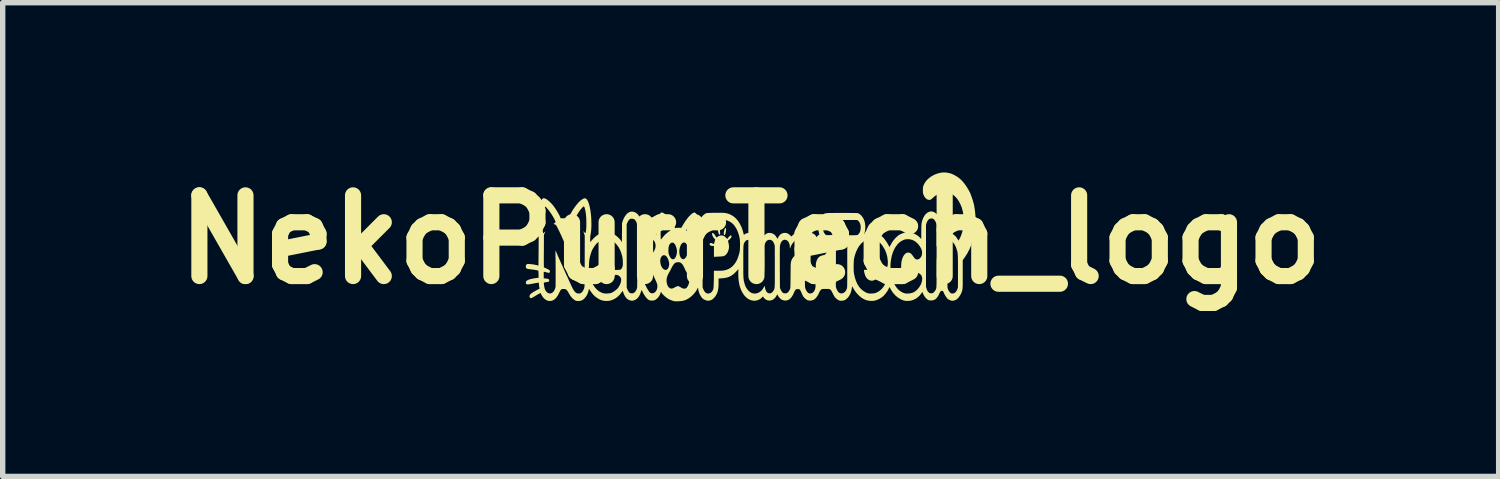
<source format=kicad_pcb>
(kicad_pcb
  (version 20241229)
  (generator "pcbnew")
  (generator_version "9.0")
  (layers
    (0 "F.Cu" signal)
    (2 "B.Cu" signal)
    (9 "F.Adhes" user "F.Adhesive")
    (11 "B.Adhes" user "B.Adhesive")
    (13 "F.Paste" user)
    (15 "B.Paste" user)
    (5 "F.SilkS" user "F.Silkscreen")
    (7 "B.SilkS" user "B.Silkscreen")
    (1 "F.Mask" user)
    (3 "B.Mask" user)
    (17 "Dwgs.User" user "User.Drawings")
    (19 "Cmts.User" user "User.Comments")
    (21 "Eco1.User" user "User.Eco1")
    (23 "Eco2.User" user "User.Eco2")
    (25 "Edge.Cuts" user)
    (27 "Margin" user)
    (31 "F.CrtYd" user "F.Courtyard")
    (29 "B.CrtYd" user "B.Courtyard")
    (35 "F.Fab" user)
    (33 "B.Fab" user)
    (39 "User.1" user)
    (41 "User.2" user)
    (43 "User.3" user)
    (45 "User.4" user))
  (footprint "NekoPurrTech_logo"
    (layer "F.Cu")
    (at 10.907 1.404)
    (property "Reference" "NekoPurrTech_logo" (at 0 0 0) (layer "F.SilkS") (effects (font (size 1.5 1.5) (thickness 0.3))))
    (attr board_only exclude_from_pos_files exclude_from_bom)
    (fp_poly (pts (xy -0.585 -0.217) (xy -0.578 -0.2) (xy -0.572 -0.175) (xy -0.572 -0.173) (xy -0.568 -0.141) (xy -0.567 -0.116) (xy -0.569 -0.1) (xy -0.575 -0.092) (xy -0.585 -0.093) (xy -0.586 -0.094) (xy -0.592 -0.102) (xy -0.597 -0.118) (xy -0.602 -0.138) (xy -0.607 -0.16) (xy -0.609 -0.182) (xy -0.61 -0.2) (xy -0.609 -0.207) (xy -0.605 -0.219) (xy -0.6 -0.224) (xy -0.592 -0.225)) (stroke (width 0) (type solid)) (fill yes) (layer "F.SilkS"))
    (fp_poly (pts (xy -0.467 -0.212) (xy -0.461 -0.209) (xy -0.458 -0.202) (xy -0.457 -0.19) (xy -0.458 -0.174) (xy -0.46 -0.153) (xy -0.463 -0.136) (xy -0.47 -0.11) (xy -0.477 -0.092) (xy -0.485 -0.082) (xy -0.491 -0.081) (xy -0.497 -0.089) (xy -0.498 -0.09) (xy -0.501 -0.104) (xy -0.5 -0.121) (xy -0.497 -0.144) (xy -0.493 -0.163) (xy -0.487 -0.186) (xy -0.482 -0.201) (xy -0.477 -0.209) (xy -0.472 -0.212)) (stroke (width 0) (type solid)) (fill yes) (layer "F.SilkS"))
    (fp_poly (pts (xy 2.265 0.213) (xy 2.29 0.226) (xy 2.295 0.229) (xy 2.316 0.251) (xy 2.334 0.282) (xy 2.349 0.317) (xy 2.358 0.356) (xy 2.361 0.378) (xy 2.363 0.404) (xy 2.288 0.404) (xy 2.261 0.404) (xy 2.233 0.405) (xy 2.205 0.406) (xy 2.18 0.407) (xy 2.16 0.408) (xy 2.16 0.408) (xy 2.107 0.411) (xy 2.109 0.39) (xy 2.114 0.361) (xy 2.123 0.329) (xy 2.136 0.297) (xy 2.152 0.268) (xy 2.168 0.244) (xy 2.184 0.228) (xy 2.185 0.227) (xy 2.21 0.214) (xy 2.238 0.209)) (stroke (width 0) (type solid)) (fill yes) (layer "F.SilkS"))
    (fp_poly (pts (xy -2.649 0.216) (xy -2.624 0.232) (xy -2.602 0.256) (xy -2.598 0.262) (xy -2.586 0.286) (xy -2.575 0.314) (xy -2.568 0.344) (xy -2.564 0.372) (xy -2.563 0.378) (xy -2.563 0.404) (xy -2.689 0.406) (xy -2.718 0.407) (xy -2.744 0.407) (xy -2.768 0.407) (xy -2.787 0.407) (xy -2.802 0.407) (xy -2.812 0.407) (xy -2.815 0.407) (xy -2.815 0.407) (xy -2.814 0.401) (xy -2.812 0.389) (xy -2.808 0.371) (xy -2.807 0.366) (xy -2.799 0.336) (xy -2.788 0.305) (xy -2.776 0.277) (xy -2.763 0.255) (xy -2.754 0.243) (xy -2.729 0.222) (xy -2.703 0.211) (xy -2.676 0.209)) (stroke (width 0) (type solid)) (fill yes) (layer "F.SilkS"))
    (fp_poly (pts (xy -0.701 -0.122) (xy -0.688 -0.113) (xy -0.673 -0.095) (xy -0.658 -0.073) (xy -0.635 -0.037) (xy -0.622 -0.047) (xy -0.593 -0.066) (xy -0.564 -0.075) (xy -0.544 -0.077) (xy -0.518 -0.074) (xy -0.494 -0.064) (xy -0.471 -0.047) (xy -0.458 -0.034) (xy -0.436 -0.01) (xy -0.42 -0.031) (xy -0.408 -0.046) (xy -0.394 -0.061) (xy -0.386 -0.067) (xy -0.368 -0.082) (xy -0.36 -0.071) (xy -0.355 -0.061) (xy -0.356 -0.053) (xy -0.357 -0.049) (xy -0.363 -0.036) (xy -0.374 -0.022) (xy -0.387 -0.008) (xy -0.401 0.004) (xy -0.407 0.009) (xy -0.417 0.017) (xy -0.421 0.024) (xy -0.421 0.027) (xy -0.419 0.035) (xy -0.415 0.051) (xy -0.411 0.07) (xy -0.41 0.074) (xy -0.404 0.11) (xy -0.403 0.143) (xy -0.407 0.175) (xy -0.415 0.205) (xy -0.431 0.242) (xy -0.451 0.272) (xy -0.475 0.294) (xy -0.502 0.308) (xy -0.51 0.31) (xy -0.523 0.311) (xy -0.541 0.313) (xy -0.562 0.315) (xy -0.585 0.316) (xy -0.6 0.317) (xy -0.683 0.321) (xy -0.683 0.22) (xy -0.683 0.119) (xy -0.705 0.119) (xy -0.724 0.118) (xy -0.741 0.113) (xy -0.754 0.106) (xy -0.761 0.096) (xy -0.764 0.085) (xy -0.76 0.074) (xy -0.753 0.067) (xy -0.742 0.064) (xy -0.728 0.066) (xy -0.708 0.073) (xy -0.686 0.083) (xy -0.682 0.082) (xy -0.679 0.072) (xy -0.677 0.063) (xy -0.672 0.043) (xy -0.666 0.023) (xy -0.665 0.02) (xy -0.661 0.008) (xy -0.659 -0.000351) (xy -0.659 -0.001) (xy -0.663 -0.005) (xy -0.67 -0.012) (xy -0.675 -0.017) (xy -0.688 -0.032) (xy -0.699 -0.05) (xy -0.709 -0.07) (xy -0.715 -0.088) (xy -0.718 -0.101) (xy -0.716 -0.117) (xy -0.71 -0.124)) (stroke (width 0) (type solid)) (fill yes) (layer "F.SilkS"))
    (fp_poly (pts (xy 3.642 -1.245) (xy 3.682 -1.238) (xy 3.718 -1.229) (xy 3.752 -1.216) (xy 3.787 -1.199) (xy 3.825 -1.177) (xy 3.849 -1.162) (xy 3.892 -1.129) (xy 3.935 -1.087) (xy 3.977 -1.037) (xy 4.016 -0.981) (xy 4.053 -0.92) (xy 4.08 -0.867) (xy 4.092 -0.837) (xy 4.106 -0.8) (xy 4.12 -0.759) (xy 4.133 -0.718) (xy 4.144 -0.678) (xy 4.153 -0.642) (xy 4.156 -0.627) (xy 4.17 -0.536) (xy 4.179 -0.448) (xy 4.182 -0.361) (xy 4.179 -0.274) (xy 4.17 -0.183) (xy 4.168 -0.162) (xy 4.163 -0.127) (xy 4.157 -0.096) (xy 4.151 -0.066) (xy 4.143 -0.034) (xy 4.132 0.004) (xy 4.129 0.017) (xy 4.101 0.102) (xy 4.068 0.181) (xy 4.029 0.255) (xy 3.984 0.326) (xy 3.971 0.344) (xy 3.943 0.383) (xy 3.943 0.64) (xy 3.943 0.701) (xy 3.943 0.752) (xy 3.943 0.795) (xy 3.943 0.831) (xy 3.942 0.86) (xy 3.941 0.883) (xy 3.94 0.903) (xy 3.938 0.919) (xy 3.936 0.932) (xy 3.933 0.945) (xy 3.93 0.957) (xy 3.925 0.97) (xy 3.922 0.981) (xy 3.912 1.004) (xy 3.898 1.031) (xy 3.881 1.057) (xy 3.863 1.081) (xy 3.846 1.099) (xy 3.838 1.106) (xy 3.814 1.121) (xy 3.787 1.132) (xy 3.761 1.138) (xy 3.751 1.138) (xy 3.733 1.136) (xy 3.713 1.13) (xy 3.692 1.121) (xy 3.673 1.11) (xy 3.664 1.103) (xy 3.646 1.083) (xy 3.627 1.057) (xy 3.609 1.028) (xy 3.595 0.998) (xy 3.595 0.997) (xy 3.585 0.975) (xy 3.577 0.962) (xy 3.569 0.955) (xy 3.559 0.952) (xy 3.556 0.952) (xy 3.544 0.954) (xy 3.535 0.959) (xy 3.526 0.969) (xy 3.516 0.986) (xy 3.508 1.004) (xy 3.486 1.048) (xy 3.463 1.082) (xy 3.439 1.106) (xy 3.412 1.122) (xy 3.381 1.131) (xy 3.346 1.132) (xy 3.342 1.132) (xy 3.325 1.13) (xy 3.313 1.128) (xy 3.302 1.124) (xy 3.291 1.117) (xy 3.28 1.109) (xy 3.256 1.087) (xy 3.233 1.057) (xy 3.213 1.023) (xy 3.202 0.998) (xy 3.192 0.973) (xy 3.173 1.001) (xy 3.14 1.043) (xy 3.103 1.077) (xy 3.062 1.104) (xy 3.015 1.125) (xy 2.996 1.131) (xy 2.969 1.137) (xy 2.939 1.14) (xy 2.908 1.141) (xy 2.878 1.139) (xy 2.85 1.134) (xy 2.831 1.128) (xy 2.778 1.104) (xy 2.729 1.072) (xy 2.685 1.034) (xy 2.646 0.989) (xy 2.612 0.938) (xy 2.596 0.908) (xy 2.589 0.895) (xy 2.584 0.886) (xy 2.582 0.883) (xy 2.579 0.887) (xy 2.573 0.898) (xy 2.568 0.909) (xy 2.555 0.936) (xy 2.537 0.965) (xy 2.516 0.994) (xy 2.493 1.023) (xy 2.469 1.048) (xy 2.448 1.067) (xy 2.423 1.084) (xy 2.394 1.101) (xy 2.364 1.116) (xy 2.335 1.127) (xy 2.323 1.131) (xy 2.284 1.139) (xy 2.241 1.141) (xy 2.197 1.137) (xy 2.154 1.128) (xy 2.115 1.113) (xy 2.107 1.109) (xy 2.063 1.083) (xy 2.02 1.048) (xy 1.98 1.007) (xy 1.943 0.961) (xy 1.911 0.911) (xy 1.905 0.901) (xy 1.897 0.885) (xy 1.89 0.874) (xy 1.887 0.869) (xy 1.886 0.869) (xy 1.885 0.874) (xy 1.883 0.887) (xy 1.881 0.905) (xy 1.88 0.908) (xy 1.87 0.958) (xy 1.854 1.005) (xy 1.832 1.046) (xy 1.805 1.082) (xy 1.774 1.11) (xy 1.756 1.122) (xy 1.738 1.13) (xy 1.716 1.135) (xy 1.692 1.138) (xy 1.668 1.137) (xy 1.648 1.134) (xy 1.647 1.133) (xy 1.626 1.123) (xy 1.603 1.107) (xy 1.581 1.088) (xy 1.564 1.069) (xy 1.556 1.056) (xy 1.545 1.037) (xy 1.533 1.015) (xy 1.521 0.992) (xy 1.51 0.97) (xy 1.5 0.952) (xy 1.491 0.939) (xy 1.481 0.93) (xy 1.47 0.924) (xy 1.456 0.92) (xy 1.438 0.918) (xy 1.416 0.918) (xy 1.394 0.918) (xy 1.371 0.918) (xy 1.353 0.918) (xy 1.34 0.919) (xy 1.331 0.92) (xy 1.324 0.922) (xy 1.318 0.925) (xy 1.312 0.929) (xy 1.31 0.931) (xy 1.299 0.941) (xy 1.29 0.954) (xy 1.28 0.973) (xy 1.276 0.981) (xy 1.252 1.031) (xy 1.226 1.07) (xy 1.199 1.1) (xy 1.17 1.12) (xy 1.137 1.132) (xy 1.106 1.135) (xy 1.078 1.133) (xy 1.055 1.126) (xy 1.033 1.113) (xy 1.017 1.1) (xy 1 1.085) (xy 0.987 1.07) (xy 0.975 1.053) (xy 0.963 1.031) (xy 0.95 1.002) (xy 0.946 0.992) (xy 0.934 0.965) (xy 0.924 0.946) (xy 0.916 0.933) (xy 0.907 0.925) (xy 0.896 0.922) (xy 0.882 0.92) (xy 0.872 0.92) (xy 0.853 0.922) (xy 0.839 0.929) (xy 0.827 0.943) (xy 0.815 0.964) (xy 0.811 0.973) (xy 0.792 1.017) (xy 0.773 1.051) (xy 0.754 1.078) (xy 0.734 1.099) (xy 0.712 1.116) (xy 0.685 1.128) (xy 0.655 1.134) (xy 0.624 1.133) (xy 0.593 1.125) (xy 0.575 1.117) (xy 0.556 1.102) (xy 0.536 1.082) (xy 0.517 1.058) (xy 0.505 1.038) (xy 0.494 1.016) (xy 0.482 1.04) (xy 0.46 1.076) (xy 0.434 1.103) (xy 0.405 1.122) (xy 0.372 1.132) (xy 0.353 1.134) (xy 0.318 1.131) (xy 0.288 1.12) (xy 0.261 1.1) (xy 0.242 1.077) (xy 0.234 1.067) (xy 0.229 1.06) (xy 0.227 1.059) (xy 0.224 1.061) (xy 0.217 1.069) (xy 0.209 1.077) (xy 0.186 1.099) (xy 0.157 1.116) (xy 0.125 1.129) (xy 0.091 1.136) (xy 0.056 1.137) (xy 0.048 1.137) (xy 0.003 1.127) (xy -0.039 1.108) (xy -0.078 1.08) (xy -0.114 1.043) (xy -0.146 0.999) (xy -0.174 0.947) (xy -0.197 0.888) (xy -0.209 0.845) (xy -0.22 0.788) (xy -0.227 0.724) (xy -0.23 0.653) (xy -0.23 0.623) (xy -0.228 0.55) (xy -0.266 0.591) (xy -0.297 0.623) (xy -0.327 0.649) (xy -0.357 0.67) (xy -0.388 0.687) (xy -0.421 0.7) (xy -0.458 0.71) (xy -0.499 0.717) (xy -0.546 0.721) (xy -0.55 0.721) (xy -0.597 0.725) (xy -0.597 0.805) (xy -0.598 0.858) (xy -0.601 0.902) (xy -0.607 0.939) (xy -0.615 0.972) (xy -0.626 1.002) (xy -0.642 1.031) (xy -0.65 1.046) (xy -0.679 1.083) (xy -0.71 1.111) (xy -0.743 1.129) (xy -0.778 1.137) (xy -0.814 1.135) (xy -0.851 1.122) (xy -0.856 1.12) (xy -0.873 1.111) (xy -0.887 1.101) (xy -0.899 1.09) (xy -0.912 1.075) (xy -0.917 1.068) (xy -0.932 1.045) (xy -0.947 1.017) (xy -0.959 0.987) (xy -0.968 0.958) (xy -0.974 0.931) (xy -0.975 0.915) (xy -0.976 0.902) (xy -0.979 0.898) (xy -0.984 0.902) (xy -0.992 0.915) (xy -0.997 0.926) (xy -1.019 0.963) (xy -1.047 0.999) (xy -1.079 1.034) (xy -1.114 1.065) (xy -1.151 1.092) (xy -1.179 1.108) (xy -1.207 1.122) (xy -1.236 1.132) (xy -1.266 1.139) (xy -1.299 1.144) (xy -1.336 1.147) (xy -1.348 1.147) (xy -1.372 1.148) (xy -1.391 1.148) (xy -1.406 1.147) (xy -1.419 1.146) (xy -1.431 1.143) (xy -1.444 1.14) (xy -1.456 1.136) (xy -1.475 1.129) (xy -1.494 1.121) (xy -1.512 1.113) (xy -1.521 1.109) (xy -1.546 1.093) (xy -1.572 1.075) (xy -1.597 1.054) (xy -1.62 1.033) (xy -1.64 1.012) (xy -1.655 0.993) (xy -1.656 0.99) (xy -1.664 0.978) (xy -1.669 0.974) (xy -1.672 0.978) (xy -1.673 0.986) (xy -1.679 1.004) (xy -1.688 1.025) (xy -1.701 1.048) (xy -1.715 1.069) (xy -1.728 1.084) (xy -1.752 1.106) (xy -1.773 1.121) (xy -1.795 1.13) (xy -1.82 1.134) (xy -1.835 1.135) (xy -1.861 1.133) (xy -1.882 1.128) (xy -1.902 1.119) (xy -1.921 1.103) (xy -1.932 1.092) (xy -1.948 1.073) (xy -1.966 1.048) (xy -1.985 1.018) (xy -2.002 0.988) (xy -2.009 0.973) (xy -2.017 0.958) (xy -2.023 0.946) (xy -2.026 0.939) (xy -2.029 0.941) (xy -2.033 0.951) (xy -2.039 0.966) (xy -2.039 0.966) (xy -2.055 1.013) (xy -2.074 1.05) (xy -2.095 1.08) (xy -2.121 1.104) (xy -2.123 1.106) (xy -2.157 1.126) (xy -2.191 1.136) (xy -2.225 1.136) (xy -2.259 1.126) (xy -2.291 1.107) (xy -2.313 1.087) (xy -2.33 1.065) (xy -2.346 1.037) (xy -2.361 1.005) (xy -2.37 0.979) (xy -2.375 0.965) (xy -2.378 0.955) (xy -2.378 0.953) (xy -2.381 0.955) (xy -2.387 0.963) (xy -2.396 0.975) (xy -2.397 0.977) (xy -2.433 1.023) (xy -2.471 1.061) (xy -2.512 1.092) (xy -2.558 1.116) (xy -2.591 1.128) (xy -2.609 1.134) (xy -2.626 1.137) (xy -2.644 1.14) (xy -2.666 1.141) (xy -2.681 1.141) (xy -2.714 1.14) (xy -2.742 1.136) (xy -2.768 1.13) (xy -2.795 1.12) (xy -2.822 1.106) (xy -2.863 1.081) (xy -2.899 1.053) (xy -2.932 1.019) (xy -2.964 0.978) (xy -2.975 0.962) (xy -3.007 0.915) (xy -3.014 0.949) (xy -3.024 0.985) (xy -3.037 1.018) (xy -3.055 1.049) (xy -3.064 1.063) (xy -3.092 1.096) (xy -3.121 1.121) (xy -3.152 1.136) (xy -3.187 1.142) (xy -3.212 1.143) (xy -3.23 1.141) (xy -3.244 1.139) (xy -3.256 1.135) (xy -3.267 1.128) (xy -3.276 1.123) (xy -3.312 1.094) (xy -3.345 1.056) (xy -3.375 1.009) (xy -3.376 1.007) (xy -3.394 0.976) (xy -3.408 0.953) (xy -3.422 0.937) (xy -3.435 0.927) (xy -3.449 0.921) (xy -3.465 0.919) (xy -3.478 0.919) (xy -3.498 0.919) (xy -3.512 0.922) (xy -3.524 0.929) (xy -3.534 0.94) (xy -3.544 0.957) (xy -3.556 0.981) (xy -3.559 0.987) (xy -3.585 1.037) (xy -3.613 1.078) (xy -3.642 1.108) (xy -3.674 1.129) (xy -3.707 1.14) (xy -3.744 1.142) (xy -3.746 1.142) (xy -3.78 1.135) (xy -3.813 1.118) (xy -3.845 1.091) (xy -3.845 1.091) (xy -3.858 1.076) (xy -3.872 1.056) (xy -3.886 1.034) (xy -3.897 1.013) (xy -3.901 1.006) (xy -3.906 0.993) (xy -3.93 1.005) (xy -3.941 1.011) (xy -3.957 1.02) (xy -3.976 1.031) (xy -3.997 1.043) (xy -4.014 1.054) (xy -4.034 1.065) (xy -4.052 1.076) (xy -4.067 1.084) (xy -4.079 1.089) (xy -4.085 1.09) (xy -4.095 1.087) (xy -4.104 1.078) (xy -4.111 1.066) (xy -4.113 1.057) (xy -4.111 1.048) (xy -4.107 1.035) (xy -4.105 1.032) (xy -4.098 1.02) (xy -4.086 1.008) (xy -4.069 0.994) (xy -4.046 0.979) (xy -4.016 0.962) (xy -3.981 0.942) (xy -3.979 0.941) (xy -3.961 0.932) (xy -3.946 0.924) (xy -3.934 0.918) (xy -3.927 0.914) (xy -3.925 0.913) (xy -3.926 0.907) (xy -3.928 0.895) (xy -3.929 0.889) (xy -3.933 0.871) (xy -3.935 0.849) (xy -3.937 0.835) (xy -3.938 0.818) (xy -3.94 0.805) (xy -3.941 0.801) (xy -3.945 0.801) (xy -3.955 0.802) (xy -3.97 0.805) (xy -3.988 0.808) (xy -4.011 0.812) (xy -4.035 0.817) (xy -4.036 0.817) (xy -4.069 0.823) (xy -4.095 0.828) (xy -4.116 0.831) (xy -4.132 0.833) (xy -4.145 0.834) (xy -4.154 0.834) (xy -4.161 0.832) (xy -4.166 0.83) (xy -4.17 0.827) (xy -4.178 0.815) (xy -4.18 0.802) (xy -4.178 0.788) (xy -4.173 0.775) (xy -4.162 0.764) (xy -4.145 0.754) (xy -4.123 0.744) (xy -4.095 0.736) (xy -4.061 0.728) (xy -4.02 0.72) (xy -3.974 0.714) (xy -3.943 0.71) (xy -3.944 0.646) (xy -3.945 0.621) (xy -3.946 0.6) (xy -3.947 0.585) (xy -3.948 0.579) (xy -3.952 0.577) (xy -3.963 0.574) (xy -3.978 0.57) (xy -3.997 0.567) (xy -4.019 0.563) (xy -4.042 0.56) (xy -4.066 0.556) (xy -4.091 0.554) (xy -4.096 0.553) (xy -4.122 0.55) (xy -4.142 0.546) (xy -4.157 0.542) (xy -4.167 0.536) (xy -4.174 0.529) (xy -4.179 0.519) (xy -4.18 0.515) (xy -4.181 0.494) (xy -4.176 0.476) (xy -4.165 0.462) (xy -4.164 0.461) (xy -4.159 0.457) (xy -4.153 0.455) (xy -4.146 0.454) (xy -4.137 0.453) (xy -4.124 0.454) (xy -4.106 0.455) (xy -4.09 0.457) (xy -4.047 0.462) (xy -4.008 0.469) (xy -3.973 0.477) (xy -3.955 0.482) (xy -3.946 0.485) (xy -3.943 0.217) (xy -3.943 0.156) (xy -3.942 0.106) (xy -3.942 0.064) (xy -3.942 0.03) (xy -3.942 0.002) (xy -3.942 -0.019) (xy -3.942 -0.036) (xy -3.943 -0.049) (xy -3.944 -0.059) (xy -3.945 -0.068) (xy -3.946 -0.075) (xy -3.948 -0.082) (xy -3.948 -0.083) (xy -3.954 -0.118) (xy -3.959 -0.161) (xy -3.963 -0.21) (xy -3.965 -0.262) (xy -3.966 -0.305) (xy -3.871 -0.305) (xy -3.871 -0.264) (xy -3.87 -0.225) (xy -3.869 -0.191) (xy -3.867 -0.165) (xy -3.865 -0.15) (xy -3.861 -0.133) (xy -3.858 -0.121) (xy -3.855 -0.117) (xy -3.851 -0.12) (xy -3.843 -0.127) (xy -3.837 -0.134) (xy -3.828 -0.143) (xy -3.822 -0.148) (xy -3.82 -0.148) (xy -3.821 -0.143) (xy -3.825 -0.131) (xy -3.831 -0.117) (xy -3.844 -0.088) (xy -3.845 0.212) (xy -3.846 0.285) (xy -3.846 0.348) (xy -3.846 0.402) (xy -3.846 0.445) (xy -3.845 0.478) (xy -3.845 0.501) (xy -3.844 0.513) (xy -3.844 0.516) (xy -3.839 0.519) (xy -3.829 0.524) (xy -3.816 0.53) (xy -3.801 0.537) (xy -3.777 0.548) (xy -3.758 0.558) (xy -3.745 0.566) (xy -3.737 0.573) (xy -3.735 0.576) (xy -3.732 0.591) (xy -3.735 0.606) (xy -3.74 0.614) (xy -3.744 0.617) (xy -3.748 0.619) (xy -3.755 0.619) (xy -3.765 0.617) (xy -3.779 0.614) (xy -3.796 0.61) (xy -3.813 0.605) (xy -3.828 0.602) (xy -3.839 0.6) (xy -3.846 0.6) (xy -3.846 0.601) (xy -3.847 0.607) (xy -3.848 0.622) (xy -3.848 0.643) (xy -3.848 0.663) (xy -3.847 0.721) (xy -3.813 0.724) (xy -3.789 0.727) (xy -3.772 0.73) (xy -3.759 0.735) (xy -3.751 0.742) (xy -3.747 0.751) (xy -3.746 0.762) (xy -3.746 0.764) (xy -3.747 0.772) (xy -3.75 0.778) (xy -3.756 0.783) (xy -3.766 0.786) (xy -3.782 0.79) (xy -3.801 0.792) (xy -3.817 0.795) (xy -3.831 0.797) (xy -3.84 0.799) (xy -3.845 0.801) (xy -3.845 0.801) (xy -3.845 0.807) (xy -3.845 0.821) (xy -3.843 0.839) (xy -3.843 0.843) (xy -3.836 0.888) (xy -3.825 0.926) (xy -3.809 0.956) (xy -3.791 0.977) (xy -3.765 0.995) (xy -3.739 1.003) (xy -3.712 1) (xy -3.687 0.988) (xy -3.686 0.987) (xy -3.664 0.966) (xy -3.647 0.938) (xy -3.636 0.91) (xy -3.627 0.88) (xy -3.626 0.689) (xy -3.626 0.636) (xy -3.626 0.579) (xy -3.626 0.52) (xy -3.627 0.463) (xy -3.627 0.41) (xy -3.628 0.364) (xy -3.628 0.35) (xy -3.629 0.311) (xy -3.629 0.277) (xy -3.629 0.247) (xy -3.629 0.224) (xy -3.629 0.209) (xy -3.629 0.202) (xy -3.629 0.202) (xy -3.626 0.206) (xy -3.621 0.218) (xy -3.613 0.235) (xy -3.605 0.254) (xy -3.597 0.275) (xy -3.585 0.303) (xy -3.571 0.334) (xy -3.557 0.366) (xy -3.543 0.396) (xy -3.529 0.429) (xy -3.513 0.463) (xy -3.498 0.496) (xy -3.485 0.526) (xy -3.476 0.547) (xy -3.462 0.576) (xy -3.447 0.61) (xy -3.432 0.643) (xy -3.421 0.668) (xy -3.409 0.692) (xy -3.395 0.723) (xy -3.38 0.757) (xy -3.365 0.791) (xy -3.354 0.814) (xy -3.334 0.858) (xy -3.317 0.894) (xy -3.301 0.923) (xy -3.287 0.946) (xy -3.275 0.963) (xy -3.262 0.977) (xy -3.252 0.985) (xy -3.24 0.994) (xy -3.23 0.999) (xy -3.22 1.002) (xy -3.206 1.003) (xy -3.198 1.003) (xy -3.182 1.002) (xy -3.17 1) (xy -3.16 0.996) (xy -3.15 0.99) (xy -3.13 0.97) (xy -3.112 0.943) (xy -3.099 0.914) (xy -3.094 0.898) (xy -3.093 0.893) (xy -3.092 0.887) (xy -3.091 0.88) (xy -3.09 0.872) (xy -3.089 0.862) (xy -3.089 0.849) (xy -3.088 0.831) (xy -3.088 0.81) (xy -3.087 0.783) (xy -3.087 0.751) (xy -3.087 0.712) (xy -3.087 0.666) (xy -3.086 0.612) (xy -3.086 0.55) (xy -3.086 0.529) (xy -3.008 0.529) (xy -3.006 0.573) (xy -3.003 0.606) (xy -2.992 0.672) (xy -2.977 0.732) (xy -2.957 0.785) (xy -2.933 0.834) (xy -2.925 0.847) (xy -2.892 0.895) (xy -2.855 0.934) (xy -2.813 0.966) (xy -2.767 0.989) (xy -2.745 0.997) (xy -2.726 1.001) (xy -2.703 1.003) (xy -2.677 1.004) (xy -2.65 1.002) (xy -2.625 0.999) (xy -2.602 0.995) (xy -2.587 0.99) (xy -2.573 0.983) (xy -2.555 0.973) (xy -2.536 0.96) (xy -2.518 0.947) (xy -2.517 0.946) (xy -2.498 0.932) (xy -2.484 0.919) (xy -2.473 0.907) (xy -2.462 0.894) (xy -2.451 0.877) (xy -2.451 0.877) (xy -2.432 0.842) (xy -2.418 0.809) (xy -2.41 0.777) (xy -2.407 0.748) (xy -2.411 0.723) (xy -2.412 0.719) (xy -2.422 0.7) (xy -2.437 0.683) (xy -2.457 0.669) (xy -2.479 0.66) (xy -2.492 0.657) (xy -2.503 0.655) (xy -2.512 0.656) (xy -2.52 0.66) (xy -2.529 0.669) (xy -2.541 0.683) (xy -2.551 0.696) (xy -2.58 0.728) (xy -2.61 0.751) (xy -2.642 0.766) (xy -2.673 0.77) (xy -2.695 0.767) (xy -2.727 0.754) (xy -2.754 0.732) (xy -2.777 0.702) (xy -2.795 0.665) (xy -2.808 0.621) (xy -2.81 0.61) (xy -2.812 0.6) (xy -2.814 0.592) (xy -2.815 0.585) (xy -2.815 0.58) (xy -2.814 0.575) (xy -2.81 0.572) (xy -2.803 0.569) (xy -2.794 0.567) (xy -2.78 0.566) (xy -2.763 0.565) (xy -2.741 0.565) (xy -2.713 0.565) (xy -2.68 0.565) (xy -2.641 0.565) (xy -2.624 0.566) (xy -2.58 0.566) (xy -2.542 0.565) (xy -2.51 0.565) (xy -2.484 0.565) (xy -2.463 0.564) (xy -2.446 0.563) (xy -2.434 0.562) (xy -2.426 0.561) (xy -2.421 0.56) (xy -2.42 0.559) (xy -2.406 0.548) (xy -2.394 0.529) (xy -2.384 0.506) (xy -2.379 0.488) (xy -2.377 0.465) (xy -2.376 0.434) (xy -2.377 0.4) (xy -2.38 0.366) (xy -2.384 0.334) (xy -2.387 0.316) (xy -2.404 0.256) (xy -2.424 0.202) (xy -2.45 0.151) (xy -2.463 0.131) (xy -2.494 0.09) (xy -2.528 0.055) (xy -2.565 0.027) (xy -2.602 0.008) (xy -2.62 0.002) (xy -2.645 -0.002) (xy -2.673 -0.005) (xy -2.702 -0.004) (xy -2.731 -0.001) (xy -2.756 0.004) (xy -2.774 0.01) (xy -2.801 0.025) (xy -2.831 0.046) (xy -2.859 0.069) (xy -2.866 0.076) (xy -2.878 0.09) (xy -2.893 0.109) (xy -2.909 0.132) (xy -2.925 0.156) (xy -2.939 0.179) (xy -2.948 0.198) (xy -2.949 0.199) (xy -2.961 0.229) (xy -2.973 0.264) (xy -2.984 0.303) (xy -2.993 0.34) (xy -2.996 0.355) (xy -3.001 0.391) (xy -3.005 0.435) (xy -3.007 0.482) (xy -3.008 0.529) (xy -3.086 0.529) (xy -3.086 0.478) (xy -3.086 0.398) (xy -3.085 -0.072) (xy -3.092 -0.097) (xy -3.098 -0.116) (xy -3.105 -0.133) (xy -3.107 -0.139) (xy -3.112 -0.149) (xy -3.111 -0.153) (xy -3.107 -0.151) (xy -3.097 -0.141) (xy -3.092 -0.136) (xy -3.083 -0.126) (xy -3.076 -0.119) (xy -3.073 -0.117) (xy -3.071 -0.122) (xy -3.067 -0.134) (xy -3.064 -0.148) (xy -3.06 -0.18) (xy -3.056 -0.221) (xy -3.055 -0.268) (xy -3.055 -0.319) (xy -3.056 -0.373) (xy -3.059 -0.428) (xy -3.063 -0.468) (xy -3.067 -0.498) (xy -3.072 -0.528) (xy -3.078 -0.556) (xy -3.084 -0.581) (xy -3.091 -0.601) (xy -3.097 -0.613) (xy -3.101 -0.617) (xy -3.108 -0.614) (xy -3.119 -0.605) (xy -3.132 -0.592) (xy -3.147 -0.576) (xy -3.162 -0.558) (xy -3.174 -0.543) (xy -3.19 -0.521) (xy -3.207 -0.494) (xy -3.226 -0.464) (xy -3.244 -0.433) (xy -3.261 -0.403) (xy -3.276 -0.376) (xy -3.285 -0.356) (xy -3.294 -0.336) (xy -3.298 -0.323) (xy -3.299 -0.316) (xy -3.297 -0.314) (xy -3.292 -0.312) (xy -3.283 -0.306) (xy -3.272 -0.299) (xy -3.27 -0.297) (xy -3.246 -0.28) (xy -3.26 -0.273) (xy -3.277 -0.26) (xy -3.289 -0.241) (xy -3.29 -0.237) (xy -3.291 -0.231) (xy -3.292 -0.218) (xy -3.292 -0.197) (xy -3.293 -0.169) (xy -3.293 -0.132) (xy -3.293 -0.086) (xy -3.293 -0.031) (xy -3.293 0.033) (xy -3.293 0.093) (xy -3.293 0.151) (xy -3.293 0.205) (xy -3.292 0.256) (xy -3.292 0.301) (xy -3.292 0.341) (xy -3.291 0.374) (xy -3.291 0.399) (xy -3.291 0.415) (xy -3.29 0.422) (xy -3.29 0.43) (xy -3.292 0.43) (xy -3.297 0.422) (xy -3.305 0.407) (xy -3.312 0.39) (xy -3.324 0.363) (xy -3.339 0.329) (xy -3.356 0.29) (xy -3.374 0.248) (xy -3.394 0.205) (xy -3.413 0.162) (xy -3.432 0.122) (xy -3.444 0.096) (xy -3.458 0.066) (xy -3.473 0.034) (xy -3.487 0.003) (xy -3.499 -0.023) (xy -3.504 -0.035) (xy -3.519 -0.07) (xy -3.536 -0.105) (xy -3.552 -0.14) (xy -3.568 -0.173) (xy -3.583 -0.202) (xy -3.596 -0.228) (xy -3.606 -0.247) (xy -3.613 -0.259) (xy -3.615 -0.262) (xy -3.631 -0.277) (xy -3.653 -0.287) (xy -3.66 -0.288) (xy -3.664 -0.29) (xy -3.664 -0.293) (xy -3.659 -0.297) (xy -3.653 -0.301) (xy -3.64 -0.311) (xy -3.632 -0.319) (xy -3.629 -0.326) (xy -3.63 -0.336) (xy -3.636 -0.351) (xy -3.646 -0.372) (xy -3.646 -0.373) (xy -3.661 -0.402) (xy -3.679 -0.432) (xy -3.698 -0.463) (xy -3.718 -0.494) (xy -3.739 -0.523) (xy -3.759 -0.55) (xy -3.778 -0.573) (xy -3.795 -0.592) (xy -3.809 -0.605) (xy -3.82 -0.611) (xy -3.823 -0.612) (xy -3.831 -0.607) (xy -3.839 -0.592) (xy -3.846 -0.568) (xy -3.853 -0.536) (xy -3.86 -0.498) (xy -3.865 -0.456) (xy -3.867 -0.424) (xy -3.869 -0.387) (xy -3.871 -0.347) (xy -3.871 -0.305) (xy -3.966 -0.305) (xy -3.966 -0.316) (xy -3.965 -0.368) (xy -3.962 -0.418) (xy -3.962 -0.42) (xy -3.956 -0.483) (xy -3.947 -0.542) (xy -3.937 -0.596) (xy -3.926 -0.644) (xy -3.913 -0.686) (xy -3.899 -0.72) (xy -3.884 -0.746) (xy -3.869 -0.762) (xy -3.857 -0.768) (xy -3.84 -0.768) (xy -3.819 -0.762) (xy -3.795 -0.749) (xy -3.769 -0.73) (xy -3.742 -0.707) (xy -3.714 -0.68) (xy -3.686 -0.65) (xy -3.66 -0.617) (xy -3.65 -0.603) (xy -3.625 -0.567) (xy -3.601 -0.528) (xy -3.579 -0.49) (xy -3.559 -0.455) (xy -3.55 -0.436) (xy -3.532 -0.396) (xy -3.46 -0.396) (xy -3.389 -0.396) (xy -3.369 -0.439) (xy -3.348 -0.479) (xy -3.324 -0.522) (xy -3.297 -0.565) (xy -3.268 -0.606) (xy -3.239 -0.645) (xy -3.21 -0.679) (xy -3.183 -0.708) (xy -3.159 -0.73) (xy -3.158 -0.73) (xy -3.13 -0.749) (xy -3.107 -0.762) (xy -3.088 -0.767) (xy -3.071 -0.765) (xy -3.056 -0.757) (xy -3.049 -0.75) (xy -3.032 -0.725) (xy -3.016 -0.689) (xy -3.002 -0.646) (xy -2.989 -0.594) (xy -2.979 -0.535) (xy -2.97 -0.469) (xy -2.964 -0.398) (xy -2.963 -0.366) (xy -2.961 -0.294) (xy -2.962 -0.227) (xy -2.966 -0.166) (xy -2.973 -0.114) (xy -2.978 -0.086) (xy -2.982 -0.062) (xy -2.983 -0.028) (xy -2.984 -0.007) (xy -2.983 0.021) (xy -2.982 0.039) (xy -2.98 0.047) (xy -2.977 0.046) (xy -2.975 0.042) (xy -2.97 0.035) (xy -2.962 0.024) (xy -2.95 0.01) (xy -2.936 -0.006) (xy -2.921 -0.022) (xy -2.906 -0.036) (xy -2.894 -0.048) (xy -2.893 -0.049) (xy -2.847 -0.085) (xy -2.799 -0.11) (xy -2.749 -0.127) (xy -2.695 -0.133) (xy -2.682 -0.134) (xy -2.644 -0.132) (xy -2.611 -0.126) (xy -2.578 -0.115) (xy -2.546 -0.1) (xy -2.518 -0.083) (xy -2.49 -0.062) (xy -2.462 -0.038) (xy -2.438 -0.013) (xy -2.417 0.013) (xy -2.405 0.032) (xy -2.4 0.042) (xy -2.396 0.048) (xy -2.395 0.048) (xy -2.395 0.043) (xy -2.394 0.028) (xy -2.394 0.006) (xy -2.393 -0.024) (xy -2.393 -0.059) (xy -2.393 -0.099) (xy -2.392 -0.129) (xy -2.392 -0.279) (xy -2.306 -0.279) (xy -2.305 0.304) (xy -2.305 0.886) (xy -2.296 0.916) (xy -2.286 0.94) (xy -2.274 0.962) (xy -2.26 0.981) (xy -2.247 0.993) (xy -2.244 0.994) (xy -2.235 0.997) (xy -2.222 0.999) (xy -2.208 1) (xy -2.208 1) (xy -2.191 0.999) (xy -2.178 0.995) (xy -2.166 0.989) (xy -2.165 0.987) (xy -2.143 0.966) (xy -2.126 0.938) (xy -2.117 0.915) (xy -2.115 0.906) (xy -2.113 0.896) (xy -2.111 0.884) (xy -2.11 0.869) (xy -2.11 0.847) (xy -2.11 0.819) (xy -2.109 0.785) (xy -2.109 0.68) (xy -2.086 0.645) (xy -2.074 0.627) (xy -2.066 0.617) (xy -2.062 0.615) (xy -2.061 0.617) (xy -2.057 0.628) (xy -2.049 0.647) (xy -2.039 0.672) (xy -2.026 0.701) (xy -2.012 0.733) (xy -1.996 0.766) (xy -1.98 0.8) (xy -1.964 0.834) (xy -1.948 0.864) (xy -1.935 0.892) (xy -1.923 0.914) (xy -1.915 0.927) (xy -1.898 0.954) (xy -1.884 0.974) (xy -1.87 0.987) (xy -1.856 0.995) (xy -1.84 0.999) (xy -1.838 0.999) (xy -1.814 0.998) (xy -1.791 0.988) (xy -1.771 0.972) (xy -1.755 0.95) (xy -1.743 0.924) (xy -1.736 0.894) (xy -1.734 0.862) (xy -1.738 0.829) (xy -1.739 0.824) (xy -1.743 0.814) (xy -1.751 0.796) (xy -1.761 0.771) (xy -1.771 0.749) (xy -1.564 0.749) (xy -1.563 0.781) (xy -1.563 0.784) (xy -1.556 0.823) (xy -1.546 0.854) (xy -1.532 0.878) (xy -1.519 0.891) (xy -1.498 0.906) (xy -1.477 0.912) (xy -1.453 0.909) (xy -1.427 0.898) (xy -1.422 0.895) (xy -1.406 0.886) (xy -1.388 0.878) (xy -1.376 0.872) (xy -1.365 0.868) (xy -1.354 0.866) (xy -1.344 0.867) (xy -1.332 0.871) (xy -1.317 0.878) (xy -1.298 0.89) (xy -1.294 0.892) (xy -1.278 0.902) (xy -1.265 0.908) (xy -1.253 0.911) (xy -1.24 0.912) (xy -1.234 0.912) (xy -1.22 0.912) (xy -1.21 0.91) (xy -1.202 0.906) (xy -1.194 0.899) (xy -1.187 0.892) (xy -1.169 0.866) (xy -1.154 0.833) (xy -1.144 0.796) (xy -1.143 0.788) (xy -1.141 0.751) (xy -1.146 0.712) (xy -1.155 0.674) (xy -1.17 0.639) (xy -1.189 0.61) (xy -1.198 0.597) (xy -1.208 0.578) (xy -1.22 0.555) (xy -1.226 0.541) (xy -1.241 0.509) (xy -1.254 0.484) (xy -1.267 0.465) (xy -1.277 0.452) (xy -1.184 0.452) (xy -1.182 0.488) (xy -1.175 0.517) (xy -1.163 0.54) (xy -1.145 0.556) (xy -1.134 0.561) (xy -1.112 0.564) (xy -1.09 0.558) (xy -1.073 0.546) (xy -1.052 0.522) (xy -1.036 0.493) (xy -1.024 0.46) (xy -1.018 0.426) (xy -1.017 0.391) (xy -1.022 0.357) (xy -1.03 0.333) (xy -1.044 0.31) (xy -1.06 0.295) (xy -1.077 0.288) (xy -1.096 0.289) (xy -1.114 0.297) (xy -1.132 0.312) (xy -1.149 0.332) (xy -1.163 0.358) (xy -1.174 0.388) (xy -1.181 0.422) (xy -1.184 0.452) (xy -1.277 0.452) (xy -1.279 0.45) (xy -1.291 0.439) (xy -1.302 0.431) (xy -1.312 0.426) (xy -1.323 0.423) (xy -1.339 0.421) (xy -1.341 0.421) (xy -1.372 0.422) (xy -1.398 0.431) (xy -1.421 0.448) (xy -1.442 0.475) (xy -1.463 0.511) (xy -1.467 0.519) (xy -1.478 0.541) (xy -1.491 0.568) (xy -1.506 0.594) (xy -1.515 0.61) (xy -1.536 0.649) (xy -1.551 0.684) (xy -1.56 0.717) (xy -1.564 0.749) (xy -1.771 0.749) (xy -1.774 0.742) (xy -1.79 0.708) (xy -1.807 0.67) (xy -1.826 0.631) (xy -1.845 0.59) (xy -1.864 0.55) (xy -1.884 0.51) (xy -1.886 0.506) (xy -1.898 0.482) (xy -1.908 0.461) (xy -1.917 0.444) (xy -1.922 0.432) (xy -1.924 0.429) (xy -1.925 0.427) (xy -1.925 0.424) (xy -1.923 0.421) (xy -1.921 0.415) (xy -1.916 0.406) (xy -1.908 0.394) (xy -1.906 0.39) (xy -1.682 0.39) (xy -1.68 0.423) (xy -1.674 0.456) (xy -1.664 0.488) (xy -1.649 0.517) (xy -1.631 0.541) (xy -1.625 0.546) (xy -1.604 0.56) (xy -1.582 0.565) (xy -1.562 0.56) (xy -1.544 0.546) (xy -1.542 0.544) (xy -1.53 0.524) (xy -1.521 0.497) (xy -1.515 0.468) (xy -1.515 0.446) (xy -1.521 0.41) (xy -1.531 0.375) (xy -1.546 0.343) (xy -1.562 0.317) (xy -1.574 0.305) (xy -1.595 0.293) (xy -1.616 0.29) (xy -1.637 0.297) (xy -1.655 0.313) (xy -1.668 0.333) (xy -1.678 0.36) (xy -1.682 0.39) (xy -1.906 0.39) (xy -1.898 0.377) (xy -1.885 0.355) (xy -1.867 0.328) (xy -1.846 0.293) (xy -1.838 0.281) (xy -1.817 0.247) (xy -1.8 0.219) (xy -1.788 0.197) (xy -1.529 0.197) (xy -1.529 0.222) (xy -1.528 0.241) (xy -1.526 0.256) (xy -1.522 0.271) (xy -1.52 0.278) (xy -1.505 0.315) (xy -1.487 0.343) (xy -1.474 0.356) (xy -1.457 0.365) (xy -1.438 0.366) (xy -1.42 0.358) (xy -1.409 0.349) (xy -1.393 0.323) (xy -1.381 0.291) (xy -1.373 0.255) (xy -1.372 0.241) (xy -1.326 0.241) (xy -1.322 0.276) (xy -1.314 0.307) (xy -1.301 0.334) (xy -1.283 0.354) (xy -1.277 0.359) (xy -1.259 0.366) (xy -1.24 0.363) (xy -1.226 0.355) (xy -1.207 0.334) (xy -1.19 0.305) (xy -1.177 0.27) (xy -1.169 0.23) (xy -1.167 0.192) (xy -1.169 0.154) (xy -1.176 0.121) (xy -1.187 0.094) (xy -1.201 0.074) (xy -1.218 0.06) (xy -1.236 0.054) (xy -1.254 0.056) (xy -1.272 0.067) (xy -1.29 0.087) (xy -1.296 0.097) (xy -1.311 0.13) (xy -1.321 0.166) (xy -1.326 0.204) (xy -1.326 0.241) (xy -1.372 0.241) (xy -1.37 0.218) (xy -1.371 0.208) (xy -1.374 0.18) (xy -1.382 0.15) (xy -1.392 0.121) (xy -1.403 0.096) (xy -1.41 0.085) (xy -1.429 0.066) (xy -1.448 0.056) (xy -1.468 0.057) (xy -1.489 0.069) (xy -1.5 0.081) (xy -1.513 0.099) (xy -1.522 0.122) (xy -1.527 0.151) (xy -1.529 0.187) (xy -1.529 0.197) (xy -1.788 0.197) (xy -1.788 0.196) (xy -1.779 0.176) (xy -1.773 0.158) (xy -1.77 0.14) (xy -1.768 0.122) (xy -1.768 0.113) (xy -1.771 0.08) (xy -1.78 0.051) (xy -1.794 0.027) (xy -1.813 0.009) (xy -1.835 -0.002) (xy -1.859 -0.005) (xy -1.871 -0.004) (xy -1.882 -0.000364) (xy -1.893 0.007) (xy -1.905 0.018) (xy -1.919 0.034) (xy -1.935 0.055) (xy -1.953 0.082) (xy -1.974 0.116) (xy -1.998 0.157) (xy -2.006 0.17) (xy -2.023 0.199) (xy -2.04 0.228) (xy -2.056 0.255) (xy -2.07 0.278) (xy -2.081 0.296) (xy -2.083 0.299) (xy -2.108 0.34) (xy -2.108 0.037) (xy -2.108 -0.027) (xy -2.108 -0.082) (xy -2.108 -0.128) (xy -2.108 -0.166) (xy -2.109 -0.196) (xy -2.109 -0.221) (xy -2.109 -0.241) (xy -2.11 -0.256) (xy -2.111 -0.268) (xy -2.112 -0.277) (xy -2.113 -0.284) (xy -2.114 -0.291) (xy -2.115 -0.296) (xy -2.127 -0.33) (xy -2.144 -0.357) (xy -2.162 -0.375) (xy -2.175 -0.382) (xy -2.193 -0.386) (xy -2.212 -0.388) (xy -2.231 -0.386) (xy -2.241 -0.383) (xy -2.256 -0.372) (xy -2.272 -0.353) (xy -2.286 -0.33) (xy -2.297 -0.305) (xy -2.306 -0.279) (xy -2.392 -0.279) (xy -2.391 -0.306) (xy -2.378 -0.348) (xy -2.361 -0.391) (xy -2.339 -0.43) (xy -2.314 -0.464) (xy -2.288 -0.491) (xy -2.286 -0.492) (xy -2.253 -0.511) (xy -2.22 -0.52) (xy -2.185 -0.518) (xy -2.15 -0.506) (xy -2.119 -0.487) (xy -2.093 -0.462) (xy -2.069 -0.429) (xy -2.049 -0.389) (xy -2.043 -0.373) (xy -2.037 -0.355) (xy -2.033 -0.339) (xy -2.029 -0.323) (xy -2.027 -0.305) (xy -2.025 -0.284) (xy -2.023 -0.259) (xy -2.023 -0.227) (xy -2.022 -0.188) (xy -2.022 -0.14) (xy -2.022 -0.14) (xy -2.022 -0.102) (xy -2.022 -0.067) (xy -2.022 -0.038) (xy -2.021 -0.015) (xy -2.021 -0.000443) (xy -2.02 0.005) (xy -2.02 0.005) (xy -2.017 0.002) (xy -2.01 -0.007) (xy -2 -0.021) (xy -1.989 -0.037) (xy -1.961 -0.074) (xy -1.933 -0.1) (xy -1.905 -0.117) (xy -1.875 -0.126) (xy -1.856 -0.127) (xy -1.83 -0.125) (xy -1.808 -0.118) (xy -1.785 -0.105) (xy -1.78 -0.101) (xy -1.769 -0.093) (xy -1.761 -0.087) (xy -1.757 -0.085) (xy -1.757 -0.085) (xy -1.757 -0.088) (xy -1.674 -0.088) (xy -1.673 -0.061) (xy -1.673 -0.037) (xy -1.672 -0.017) (xy -1.67 -0.004) (xy -1.669 -0.000048) (xy -1.666 -0.003) (xy -1.658 -0.012) (xy -1.649 -0.024) (xy -1.647 -0.027) (xy -1.603 -0.079) (xy -1.557 -0.122) (xy -1.517 -0.152) (xy -1.505 -0.159) (xy -1.497 -0.166) (xy -1.496 -0.168) (xy -1.198 -0.168) (xy -1.194 -0.166) (xy -1.186 -0.159) (xy -1.174 -0.15) (xy -1.159 -0.138) (xy -1.154 -0.135) (xy -1.133 -0.118) (xy -1.11 -0.097) (xy -1.088 -0.075) (xy -1.067 -0.052) (xy -1.049 -0.031) (xy -1.036 -0.012) (xy -1.034 -0.009) (xy -1.028 -0.000431) (xy -1.023 0.002) (xy -1.023 0.002) (xy -1.022 -0.004) (xy -1.021 -0.019) (xy -1.02 -0.04) (xy -1.02 -0.065) (xy -1.02 -0.069) (xy -1.02 -0.102) (xy -1.021 -0.138) (xy -1.022 -0.173) (xy -1.023 -0.195) (xy -1.026 -0.229) (xy -1.026 -0.231) (xy -0.894 -0.231) (xy -0.894 0.327) (xy -0.894 0.886) (xy -0.887 0.908) (xy -0.872 0.942) (xy -0.854 0.97) (xy -0.833 0.991) (xy -0.816 1.001) (xy -0.801 1.003) (xy -0.783 1.003) (xy -0.765 0.999) (xy -0.748 0.993) (xy -0.743 0.989) (xy -0.721 0.97) (xy -0.704 0.942) (xy -0.696 0.923) (xy -0.694 0.914) (xy -0.692 0.904) (xy -0.69 0.891) (xy -0.689 0.873) (xy -0.688 0.849) (xy -0.687 0.817) (xy -0.686 0.793) (xy -0.685 0.755) (xy -0.684 0.718) (xy -0.684 0.683) (xy -0.684 0.653) (xy -0.684 0.632) (xy -0.684 0.607) (xy -0.684 0.592) (xy -0.683 0.583) (xy -0.681 0.58) (xy -0.68 0.58) (xy -0.675 0.58) (xy -0.664 0.58) (xy -0.649 0.58) (xy -0.63 0.58) (xy -0.609 0.58) (xy -0.6 0.58) (xy -0.576 0.58) (xy -0.552 0.579) (xy -0.529 0.578) (xy -0.51 0.576) (xy -0.495 0.575) (xy -0.494 0.574) (xy -0.443 0.561) (xy -0.396 0.539) (xy -0.353 0.51) (xy -0.315 0.473) (xy -0.282 0.429) (xy -0.254 0.378) (xy -0.248 0.364) (xy -0.137 0.364) (xy -0.137 0.41) (xy -0.137 0.477) (xy -0.137 0.534) (xy -0.137 0.582) (xy -0.137 0.623) (xy -0.136 0.657) (xy -0.135 0.685) (xy -0.134 0.708) (xy -0.132 0.728) (xy -0.13 0.746) (xy -0.128 0.761) (xy -0.125 0.776) (xy -0.121 0.791) (xy -0.118 0.802) (xy -0.107 0.841) (xy -0.094 0.874) (xy -0.077 0.905) (xy -0.074 0.909) (xy -0.047 0.945) (xy -0.016 0.973) (xy 0.018 0.993) (xy 0.054 1.003) (xy 0.092 1.004) (xy 0.125 0.997) (xy 0.139 0.991) (xy 0.156 0.982) (xy 0.173 0.971) (xy 0.178 0.968) (xy 0.195 0.954) (xy 0.208 0.94) (xy 0.222 0.923) (xy 0.234 0.904) (xy 0.245 0.887) (xy 0.254 0.873) (xy 0.26 0.864) (xy 0.262 0.862) (xy 0.263 0.866) (xy 0.265 0.879) (xy 0.266 0.887) (xy 0.271 0.918) (xy 0.282 0.947) (xy 0.297 0.972) (xy 0.314 0.99) (xy 0.324 0.995) (xy 0.35 1.002) (xy 0.374 0.998) (xy 0.398 0.984) (xy 0.418 0.96) (xy 0.425 0.949) (xy 0.43 0.941) (xy 0.434 0.934) (xy 0.437 0.926) (xy 0.44 0.918) (xy 0.442 0.908) (xy 0.444 0.895) (xy 0.446 0.879) (xy 0.447 0.86) (xy 0.448 0.835) (xy 0.449 0.805) (xy 0.449 0.769) (xy 0.449 0.726) (xy 0.449 0.675) (xy 0.449 0.615) (xy 0.449 0.546) (xy 0.449 0.492) (xy 0.449 0.331) (xy 0.542 0.331) (xy 0.542 0.385) (xy 0.542 0.444) (xy 0.542 0.505) (xy 0.542 0.535) (xy 0.544 0.896) (xy 0.553 0.921) (xy 0.564 0.944) (xy 0.578 0.966) (xy 0.592 0.984) (xy 0.602 0.992) (xy 0.611 0.996) (xy 0.625 0.999) (xy 0.64 1) (xy 0.641 1) (xy 0.657 0.999) (xy 0.669 0.997) (xy 0.679 0.992) (xy 0.686 0.987) (xy 0.709 0.964) (xy 0.726 0.933) (xy 0.732 0.918) (xy 0.734 0.913) (xy 0.736 0.907) (xy 0.737 0.9) (xy 0.738 0.89) (xy 0.739 0.877) (xy 0.739 0.86) (xy 0.74 0.837) (xy 0.74 0.808) (xy 0.741 0.771) (xy 0.741 0.726) (xy 0.741 0.691) (xy 1.009 0.691) (xy 1.009 0.737) (xy 1.009 0.775) (xy 1.009 0.806) (xy 1.009 0.831) (xy 1.01 0.85) (xy 1.01 0.866) (xy 1.011 0.877) (xy 1.012 0.886) (xy 1.013 0.893) (xy 1.014 0.899) (xy 1.015 0.904) (xy 1.015 0.905) (xy 1.028 0.937) (xy 1.044 0.965) (xy 1.063 0.987) (xy 1.084 1) (xy 1.084 1) (xy 1.102 1.003) (xy 1.123 1.001) (xy 1.144 0.993) (xy 1.148 0.991) (xy 1.166 0.977) (xy 1.182 0.955) (xy 1.196 0.927) (xy 1.199 0.916) (xy 1.201 0.909) (xy 1.203 0.902) (xy 1.204 0.894) (xy 1.205 0.883) (xy 1.206 0.869) (xy 1.206 0.85) (xy 1.207 0.825) (xy 1.207 0.794) (xy 1.208 0.755) (xy 1.208 0.707) (xy 1.209 0.67) (xy 1.209 0.614) (xy 1.21 0.568) (xy 1.21 0.531) (xy 1.211 0.501) (xy 1.211 0.477) (xy 1.212 0.459) (xy 1.213 0.446) (xy 1.214 0.436) (xy 1.216 0.429) (xy 1.216 0.427) (xy 1.23 0.385) (xy 1.248 0.351) (xy 1.271 0.324) (xy 1.298 0.306) (xy 1.331 0.295) (xy 1.34 0.293) (xy 1.355 0.29) (xy 1.369 0.286) (xy 1.379 0.282) (xy 1.382 0.28) (xy 1.4 0.26) (xy 1.414 0.233) (xy 1.424 0.199) (xy 1.43 0.162) (xy 1.431 0.123) (xy 1.428 0.099) (xy 1.421 0.067) (xy 1.409 0.041) (xy 1.392 0.023) (xy 1.372 0.012) (xy 1.349 0.009) (xy 1.324 0.014) (xy 1.303 0.023) (xy 1.273 0.046) (xy 1.247 0.077) (xy 1.226 0.116) (xy 1.213 0.149) (xy 1.204 0.178) (xy 1.2 0.136) (xy 1.194 0.097) (xy 1.186 0.066) (xy 1.174 0.042) (xy 1.157 0.023) (xy 1.149 0.016) (xy 1.126 0.005) (xy 1.103 0.002) (xy 1.08 0.008) (xy 1.058 0.022) (xy 1.039 0.043) (xy 1.024 0.07) (xy 1.014 0.103) (xy 1.013 0.107) (xy 1.012 0.116) (xy 1.011 0.135) (xy 1.011 0.164) (xy 1.01 0.202) (xy 1.01 0.248) (xy 1.009 0.303) (xy 1.009 0.366) (xy 1.009 0.435) (xy 1.009 0.503) (xy 1.009 0.575) (xy 1.009 0.638) (xy 1.009 0.691) (xy 0.741 0.691) (xy 0.742 0.671) (xy 0.742 0.668) (xy 0.742 0.612) (xy 0.743 0.566) (xy 0.743 0.529) (xy 0.743 0.499) (xy 0.744 0.475) (xy 0.745 0.457) (xy 0.746 0.443) (xy 0.747 0.432) (xy 0.748 0.424) (xy 0.749 0.416) (xy 0.751 0.411) (xy 0.764 0.372) (xy 0.783 0.34) (xy 0.797 0.323) (xy 0.811 0.31) (xy 0.824 0.301) (xy 0.838 0.295) (xy 0.855 0.29) (xy 0.871 0.287) (xy 0.892 0.283) (xy 0.908 0.276) (xy 0.92 0.266) (xy 0.93 0.25) (xy 0.936 0.239) (xy 0.946 0.207) (xy 0.953 0.167) (xy 0.954 0.125) (xy 0.952 0.087) (xy 0.944 0.055) (xy 0.932 0.03) (xy 0.916 0.013) (xy 0.896 0.004) (xy 0.873 0.002) (xy 0.848 0.009) (xy 0.821 0.025) (xy 0.817 0.027) (xy 0.799 0.045) (xy 0.78 0.069) (xy 0.762 0.096) (xy 0.748 0.124) (xy 0.741 0.142) (xy 0.736 0.156) (xy 0.732 0.165) (xy 0.73 0.166) (xy 0.729 0.16) (xy 0.728 0.146) (xy 0.728 0.133) (xy 0.725 0.098) (xy 0.715 0.067) (xy 0.701 0.041) (xy 0.683 0.021) (xy 0.661 0.008) (xy 0.636 0.003) (xy 0.635 0.003) (xy 0.61 0.008) (xy 0.588 0.022) (xy 0.569 0.044) (xy 0.556 0.073) (xy 0.546 0.11) (xy 0.543 0.137) (xy 0.543 0.148) (xy 0.543 0.17) (xy 0.542 0.199) (xy 0.542 0.237) (xy 0.542 0.281) (xy 0.542 0.331) (xy 0.449 0.331) (xy 0.448 0.114) (xy 0.438 0.084) (xy 0.425 0.051) (xy 0.407 0.027) (xy 0.385 0.011) (xy 0.359 0.004) (xy 0.352 0.004) (xy 0.326 0.008) (xy 0.302 0.022) (xy 0.282 0.044) (xy 0.266 0.075) (xy 0.26 0.093) (xy 0.252 0.12) (xy 0.254 0.343) (xy 0.254 0.406) (xy 0.254 0.459) (xy 0.254 0.503) (xy 0.253 0.54) (xy 0.252 0.57) (xy 0.251 0.595) (xy 0.249 0.615) (xy 0.247 0.631) (xy 0.244 0.645) (xy 0.241 0.658) (xy 0.239 0.664) (xy 0.225 0.696) (xy 0.207 0.721) (xy 0.185 0.738) (xy 0.16 0.746) (xy 0.149 0.747) (xy 0.123 0.742) (xy 0.102 0.729) (xy 0.085 0.707) (xy 0.071 0.678) (xy 0.068 0.666) (xy 0.066 0.659) (xy 0.065 0.652) (xy 0.064 0.644) (xy 0.063 0.634) (xy 0.062 0.622) (xy 0.061 0.605) (xy 0.06 0.584) (xy 0.06 0.557) (xy 0.06 0.524) (xy 0.059 0.482) (xy 0.059 0.432) (xy 0.058 0.373) (xy 0.058 0.367) (xy 0.057 0.098) (xy 0.047 0.073) (xy 0.032 0.043) (xy 0.014 0.022) (xy -0.008 0.009) (xy -0.034 0.005) (xy -0.034 0.005) (xy -0.057 0.007) (xy -0.074 0.011) (xy -0.089 0.021) (xy -0.102 0.035) (xy -0.109 0.045) (xy -0.115 0.055) (xy -0.12 0.063) (xy -0.124 0.072) (xy -0.127 0.081) (xy -0.13 0.093) (xy -0.132 0.107) (xy -0.134 0.126) (xy -0.135 0.148) (xy -0.136 0.177) (xy -0.137 0.212) (xy -0.137 0.254) (xy -0.137 0.304) (xy -0.137 0.364) (xy -0.248 0.364) (xy -0.231 0.319) (xy -0.229 0.312) (xy -0.218 0.276) (xy -0.209 0.245) (xy -0.204 0.215) (xy -0.2 0.184) (xy -0.199 0.149) (xy -0.198 0.107) (xy -0.198 0.096) (xy -0.198 0.063) (xy -0.199 0.037) (xy -0.2 0.017) (xy -0.201 0.000138) (xy -0.204 -0.017) (xy -0.207 -0.034) (xy -0.222 -0.095) (xy -0.241 -0.15) (xy -0.265 -0.201) (xy -0.287 -0.237) (xy -0.309 -0.268) (xy -0.332 -0.292) (xy -0.357 -0.313) (xy -0.38 -0.328) (xy -0.394 -0.336) (xy -0.407 -0.342) (xy -0.419 -0.348) (xy -0.43 -0.352) (xy -0.443 -0.356) (xy -0.457 -0.359) (xy -0.474 -0.361) (xy -0.493 -0.362) (xy -0.517 -0.363) (xy -0.545 -0.364) (xy -0.578 -0.365) (xy -0.617 -0.366) (xy -0.659 -0.366) (xy -0.695 -0.366) (xy -0.725 -0.366) (xy -0.75 -0.366) (xy -0.77 -0.364) (xy -0.787 -0.363) (xy -0.801 -0.361) (xy -0.812 -0.358) (xy -0.822 -0.354) (xy -0.83 -0.349) (xy -0.837 -0.344) (xy -0.856 -0.325) (xy -0.872 -0.296) (xy -0.885 -0.261) (xy -0.894 -0.231) (xy -1.026 -0.231) (xy -1.03 -0.263) (xy -1.035 -0.295) (xy -1.04 -0.324) (xy -1.045 -0.347) (xy -1.051 -0.364) (xy -1.056 -0.372) (xy -1.057 -0.372) (xy -1.061 -0.37) (xy -1.069 -0.362) (xy -1.079 -0.352) (xy -1.089 -0.341) (xy -1.101 -0.325) (xy -1.115 -0.306) (xy -1.13 -0.284) (xy -1.145 -0.261) (xy -1.16 -0.238) (xy -1.173 -0.217) (xy -1.184 -0.198) (xy -1.193 -0.183) (xy -1.197 -0.172) (xy -1.198 -0.168) (xy -1.496 -0.168) (xy -1.494 -0.171) (xy -1.494 -0.171) (xy -1.496 -0.177) (xy -1.502 -0.189) (xy -1.512 -0.205) (xy -1.524 -0.224) (xy -1.538 -0.246) (xy -1.552 -0.268) (xy -1.565 -0.289) (xy -1.578 -0.307) (xy -1.589 -0.322) (xy -1.597 -0.332) (xy -1.609 -0.346) (xy -1.621 -0.359) (xy -1.631 -0.368) (xy -1.638 -0.372) (xy -1.639 -0.372) (xy -1.643 -0.367) (xy -1.647 -0.353) (xy -1.651 -0.332) (xy -1.656 -0.304) (xy -1.658 -0.295) (xy -1.662 -0.266) (xy -1.665 -0.244) (xy -1.667 -0.225) (xy -1.669 -0.206) (xy -1.671 -0.183) (xy -1.672 -0.162) (xy -1.673 -0.14) (xy -1.674 -0.115) (xy -1.674 -0.088) (xy -1.757 -0.088) (xy -1.756 -0.09) (xy -1.755 -0.104) (xy -1.754 -0.124) (xy -1.754 -0.149) (xy -1.753 -0.153) (xy -1.75 -0.216) (xy -1.744 -0.276) (xy -1.736 -0.33) (xy -1.726 -0.379) (xy -1.715 -0.421) (xy -1.701 -0.455) (xy -1.686 -0.481) (xy -1.67 -0.498) (xy -1.664 -0.501) (xy -1.648 -0.503) (xy -1.628 -0.497) (xy -1.604 -0.483) (xy -1.577 -0.461) (xy -1.547 -0.431) (xy -1.528 -0.409) (xy -1.498 -0.372) (xy -1.472 -0.337) (xy -1.45 -0.301) (xy -1.43 -0.263) (xy -1.426 -0.255) (xy -1.406 -0.212) (xy -1.389 -0.216) (xy -1.378 -0.218) (xy -1.363 -0.219) (xy -1.346 -0.219) (xy -1.33 -0.219) (xy -1.289 -0.218) (xy -1.26 -0.27) (xy -1.215 -0.342) (xy -1.167 -0.405) (xy -1.116 -0.46) (xy -1.112 -0.463) (xy -1.088 -0.484) (xy -1.068 -0.497) (xy -1.05 -0.502) (xy -1.035 -0.5) (xy -1.021 -0.49) (xy -1.007 -0.473) (xy -1.007 -0.472) (xy -0.996 -0.451) (xy -0.984 -0.424) (xy -0.975 -0.394) (xy -0.968 -0.366) (xy -0.966 -0.354) (xy -0.964 -0.335) (xy -0.961 -0.326) (xy -0.958 -0.327) (xy -0.952 -0.337) (xy -0.946 -0.354) (xy -0.927 -0.394) (xy -0.903 -0.429) (xy -0.875 -0.459) (xy -0.845 -0.481) (xy -0.827 -0.49) (xy -0.82 -0.491) (xy -0.806 -0.493) (xy -0.787 -0.494) (xy -0.764 -0.495) (xy -0.738 -0.496) (xy -0.709 -0.497) (xy -0.678 -0.498) (xy -0.647 -0.498) (xy -0.616 -0.498) (xy -0.585 -0.498) (xy -0.557 -0.498) (xy -0.531 -0.497) (xy -0.509 -0.497) (xy -0.491 -0.495) (xy -0.484 -0.495) (xy -0.427 -0.484) (xy -0.375 -0.464) (xy -0.326 -0.436) (xy -0.282 -0.4) (xy -0.242 -0.356) (xy -0.206 -0.303) (xy -0.175 -0.242) (xy -0.173 -0.238) (xy -0.163 -0.213) (xy -0.152 -0.181) (xy -0.142 -0.146) (xy -0.133 -0.112) (xy -0.129 -0.095) (xy -0.128 -0.09) (xy -0.124 -0.09) (xy -0.118 -0.093) (xy -0.107 -0.1) (xy -0.104 -0.102) (xy -0.078 -0.116) (xy -0.049 -0.122) (xy -0.018 -0.121) (xy 0.014 -0.113) (xy 0.044 -0.097) (xy 0.046 -0.096) (xy 0.059 -0.084) (xy 0.075 -0.065) (xy 0.094 -0.038) (xy 0.109 -0.015) (xy 0.121 0.001) (xy 0.13 0.011) (xy 0.137 0.017) (xy 0.145 0.02) (xy 0.153 0.021) (xy 0.154 0.021) (xy 0.167 0.02) (xy 0.178 0.014) (xy 0.189 0.004) (xy 0.203 -0.012) (xy 0.218 -0.034) (xy 0.248 -0.072) (xy 0.278 -0.1) (xy 0.311 -0.118) (xy 0.344 -0.125) (xy 0.374 -0.122) (xy 0.408 -0.112) (xy 0.437 -0.095) (xy 0.462 -0.071) (xy 0.482 -0.041) (xy 0.498 -0.013) (xy 0.506 -0.029) (xy 0.526 -0.065) (xy 0.549 -0.092) (xy 0.577 -0.111) (xy 0.609 -0.122) (xy 0.639 -0.124) (xy 0.671 -0.12) (xy 0.701 -0.106) (xy 0.731 -0.083) (xy 0.737 -0.077) (xy 0.748 -0.065) (xy 0.756 -0.059) (xy 0.76 -0.058) (xy 0.764 -0.06) (xy 0.765 -0.062) (xy 0.781 -0.081) (xy 0.803 -0.099) (xy 0.828 -0.113) (xy 0.856 -0.122) (xy 0.857 -0.122) (xy 0.883 -0.125) (xy 0.91 -0.121) (xy 0.935 -0.111) (xy 0.957 -0.096) (xy 0.976 -0.076) (xy 0.979 -0.072) (xy 0.99 -0.054) (xy 1.002 -0.069) (xy 1.024 -0.094) (xy 1.05 -0.111) (xy 1.078 -0.121) (xy 1.108 -0.124) (xy 1.137 -0.121) (xy 1.165 -0.11) (xy 1.19 -0.093) (xy 1.211 -0.069) (xy 1.217 -0.06) (xy 1.228 -0.041) (xy 1.232 -0.053) (xy 1.238 -0.061) (xy 1.247 -0.071) (xy 1.256 -0.078) (xy 1.266 -0.086) (xy 1.274 -0.091) (xy 1.277 -0.094) (xy 1.276 -0.099) (xy 1.273 -0.111) (xy 1.269 -0.128) (xy 1.268 -0.131) (xy 1.261 -0.17) (xy 1.258 -0.214) (xy 1.259 -0.237) (xy 1.346 -0.237) (xy 1.347 -0.211) (xy 1.348 -0.186) (xy 1.35 -0.169) (xy 1.353 -0.154) (xy 1.358 -0.14) (xy 1.371 -0.116) (xy 1.385 -0.099) (xy 1.402 -0.082) (xy 1.494 -0.081) (xy 1.585 -0.079) (xy 1.585 0.401) (xy 1.584 0.88) (xy 1.592 0.905) (xy 1.601 0.928) (xy 1.613 0.951) (xy 1.627 0.971) (xy 1.641 0.986) (xy 1.644 0.988) (xy 1.671 1) (xy 1.698 1.002) (xy 1.725 0.993) (xy 1.738 0.985) (xy 1.757 0.969) (xy 1.773 0.946) (xy 1.785 0.921) (xy 1.792 0.898) (xy 1.793 0.892) (xy 1.793 0.882) (xy 1.794 0.867) (xy 1.795 0.848) (xy 1.795 0.822) (xy 1.795 0.791) (xy 1.796 0.753) (xy 1.796 0.707) (xy 1.796 0.653) (xy 1.796 0.59) (xy 1.796 0.519) (xy 1.796 0.497) (xy 1.915 0.497) (xy 1.915 0.533) (xy 1.915 0.561) (xy 1.916 0.582) (xy 1.917 0.6) (xy 1.919 0.618) (xy 1.922 0.636) (xy 1.924 0.645) (xy 1.938 0.709) (xy 1.958 0.769) (xy 1.983 0.825) (xy 2.012 0.874) (xy 2.019 0.883) (xy 2.042 0.909) (xy 2.069 0.935) (xy 2.099 0.958) (xy 2.131 0.978) (xy 2.161 0.993) (xy 2.181 1) (xy 2.191 1.001) (xy 2.206 1.003) (xy 2.224 1.003) (xy 2.244 1.003) (xy 2.252 1.003) (xy 2.275 1.002) (xy 2.293 1) (xy 2.308 0.997) (xy 2.322 0.993) (xy 2.337 0.988) (xy 2.338 0.987) (xy 2.376 0.967) (xy 2.411 0.942) (xy 2.442 0.912) (xy 2.47 0.878) (xy 2.492 0.841) (xy 2.508 0.802) (xy 2.508 0.802) (xy 2.516 0.773) (xy 2.52 0.75) (xy 2.519 0.73) (xy 2.513 0.713) (xy 2.511 0.71) (xy 2.5 0.692) (xy 2.483 0.677) (xy 2.464 0.664) (xy 2.443 0.656) (xy 2.424 0.652) (xy 2.41 0.654) (xy 2.404 0.656) (xy 2.398 0.659) (xy 2.392 0.665) (xy 2.385 0.673) (xy 2.374 0.687) (xy 2.362 0.701) (xy 2.332 0.732) (xy 2.302 0.753) (xy 2.27 0.764) (xy 2.238 0.765) (xy 2.206 0.755) (xy 2.175 0.735) (xy 2.167 0.728) (xy 2.148 0.705) (xy 2.132 0.674) (xy 2.119 0.637) (xy 2.109 0.597) (xy 2.107 0.581) (xy 2.105 0.564) (xy 2.295 0.564) (xy 2.338 0.564) (xy 2.376 0.564) (xy 2.408 0.563) (xy 2.434 0.563) (xy 2.456 0.562) (xy 2.474 0.561) (xy 2.488 0.559) (xy 2.499 0.556) (xy 2.508 0.553) (xy 2.514 0.549) (xy 2.52 0.544) (xy 2.524 0.539) (xy 2.528 0.532) (xy 2.532 0.526) (xy 2.543 0.498) (xy 2.544 0.492) (xy 2.599 0.492) (xy 2.6 0.523) (xy 2.6 0.531) (xy 2.603 0.594) (xy 2.609 0.649) (xy 2.62 0.699) (xy 2.634 0.747) (xy 2.654 0.794) (xy 2.656 0.798) (xy 2.685 0.852) (xy 2.716 0.898) (xy 2.75 0.935) (xy 2.788 0.964) (xy 2.83 0.987) (xy 2.857 0.997) (xy 2.877 1.002) (xy 2.902 1.004) (xy 2.929 1.004) (xy 2.957 1.001) (xy 2.984 0.996) (xy 3.008 0.989) (xy 3.014 0.987) (xy 3.031 0.979) (xy 3.047 0.97) (xy 3.06 0.962) (xy 3.064 0.959) (xy 3.095 0.932) (xy 3.121 0.902) (xy 3.144 0.871) (xy 3.163 0.837) (xy 3.176 0.804) (xy 3.185 0.77) (xy 3.189 0.738) (xy 3.188 0.708) (xy 3.18 0.681) (xy 3.171 0.665) (xy 3.158 0.648) (xy 3.14 0.634) (xy 3.121 0.623) (xy 3.107 0.619) (xy 3.092 0.618) (xy 3.079 0.621) (xy 3.066 0.63) (xy 3.052 0.644) (xy 3.036 0.667) (xy 3.031 0.674) (xy 3.012 0.701) (xy 2.995 0.721) (xy 2.98 0.734) (xy 2.964 0.743) (xy 2.946 0.747) (xy 2.929 0.747) (xy 2.911 0.747) (xy 2.899 0.745) (xy 2.888 0.741) (xy 2.879 0.735) (xy 2.854 0.711) (xy 2.833 0.68) (xy 2.817 0.641) (xy 2.806 0.595) (xy 2.8 0.543) (xy 2.798 0.502) (xy 2.799 0.459) (xy 2.803 0.422) (xy 2.809 0.389) (xy 2.816 0.363) (xy 2.832 0.322) (xy 2.852 0.288) (xy 2.876 0.262) (xy 2.88 0.26) (xy 2.892 0.251) (xy 2.903 0.246) (xy 2.914 0.243) (xy 2.929 0.243) (xy 2.93 0.243) (xy 2.948 0.244) (xy 2.964 0.25) (xy 2.979 0.26) (xy 2.994 0.276) (xy 3.012 0.298) (xy 3.021 0.311) (xy 3.037 0.333) (xy 3.05 0.35) (xy 3.062 0.36) (xy 3.073 0.367) (xy 3.085 0.37) (xy 3.09 0.371) (xy 3.113 0.369) (xy 3.135 0.358) (xy 3.155 0.34) (xy 3.171 0.316) (xy 3.18 0.296) (xy 3.186 0.266) (xy 3.187 0.234) (xy 3.183 0.203) (xy 3.179 0.192) (xy 3.167 0.162) (xy 3.149 0.131) (xy 3.127 0.1) (xy 3.102 0.072) (xy 3.075 0.048) (xy 3.064 0.039) (xy 3.029 0.017) (xy 2.993 0.003) (xy 2.956 -0.005) (xy 2.925 -0.007) (xy 2.904 -0.006) (xy 2.888 -0.005) (xy 2.874 -0.003) (xy 2.859 0.002) (xy 2.842 0.008) (xy 2.839 0.009) (xy 2.8 0.029) (xy 2.764 0.055) (xy 2.731 0.087) (xy 2.7 0.129) (xy 2.689 0.145) (xy 2.663 0.193) (xy 2.641 0.246) (xy 2.623 0.305) (xy 2.61 0.371) (xy 2.606 0.398) (xy 2.603 0.423) (xy 2.601 0.445) (xy 2.6 0.466) (xy 2.599 0.492) (xy 2.544 0.492) (xy 2.549 0.462) (xy 2.551 0.421) (xy 2.547 0.373) (xy 2.539 0.32) (xy 2.534 0.297) (xy 2.52 0.248) (xy 2.5 0.199) (xy 2.475 0.153) (xy 2.447 0.11) (xy 2.416 0.072) (xy 2.383 0.042) (xy 2.36 0.026) (xy 2.327 0.01) (xy 2.289 -0.000278) (xy 2.249 -0.005) (xy 2.207 -0.003) (xy 2.177 0.002) (xy 2.132 0.018) (xy 2.09 0.043) (xy 2.052 0.078) (xy 2.017 0.12) (xy 1.986 0.172) (xy 1.959 0.23) (xy 1.945 0.27) (xy 1.935 0.304) (xy 1.927 0.334) (xy 1.921 0.363) (xy 1.918 0.393) (xy 1.916 0.427) (xy 1.915 0.468) (xy 1.915 0.497) (xy 1.796 0.497) (xy 1.796 0.437) (xy 1.796 0.398) (xy 1.796 -0.08) (xy 1.886 -0.08) (xy 1.917 -0.08) (xy 1.941 -0.081) (xy 1.96 -0.082) (xy 1.974 -0.083) (xy 1.984 -0.085) (xy 1.989 -0.087) (xy 2.008 -0.104) (xy 2.025 -0.128) (xy 2.037 -0.158) (xy 2.044 -0.193) (xy 2.046 -0.23) (xy 2.043 -0.265) (xy 2.035 -0.294) (xy 2.023 -0.32) (xy 2.006 -0.342) (xy 1.996 -0.352) (xy 1.979 -0.364) (xy 1.694 -0.364) (xy 1.409 -0.364) (xy 1.395 -0.352) (xy 1.374 -0.331) (xy 1.36 -0.305) (xy 1.35 -0.274) (xy 1.346 -0.237) (xy 1.259 -0.237) (xy 1.259 -0.259) (xy 1.265 -0.301) (xy 1.266 -0.31) (xy 1.279 -0.355) (xy 1.297 -0.396) (xy 1.318 -0.431) (xy 1.341 -0.458) (xy 1.349 -0.465) (xy 1.355 -0.47) (xy 1.361 -0.475) (xy 1.367 -0.479) (xy 1.374 -0.482) (xy 1.381 -0.485) (xy 1.39 -0.487) (xy 1.4 -0.489) (xy 1.413 -0.491) (xy 1.429 -0.492) (xy 1.447 -0.493) (xy 1.47 -0.494) (xy 1.497 -0.494) (xy 1.528 -0.494) (xy 1.565 -0.495) (xy 1.607 -0.495) (xy 1.655 -0.495) (xy 1.697 -0.495) (xy 1.748 -0.495) (xy 1.793 -0.495) (xy 1.833 -0.495) (xy 1.866 -0.494) (xy 1.895 -0.494) (xy 1.919 -0.494) (xy 1.939 -0.494) (xy 1.955 -0.493) (xy 1.968 -0.493) (xy 1.979 -0.492) (xy 1.987 -0.491) (xy 1.994 -0.49) (xy 1.999 -0.488) (xy 2.003 -0.487) (xy 2.007 -0.485) (xy 2.009 -0.484) (xy 2.042 -0.461) (xy 2.07 -0.431) (xy 2.094 -0.394) (xy 2.113 -0.351) (xy 2.126 -0.302) (xy 2.127 -0.291) (xy 2.132 -0.245) (xy 2.13 -0.197) (xy 2.123 -0.145) (xy 2.113 -0.104) (xy 2.112 -0.098) (xy 2.115 -0.098) (xy 2.118 -0.1) (xy 2.128 -0.107) (xy 2.143 -0.113) (xy 2.162 -0.12) (xy 2.183 -0.125) (xy 2.203 -0.129) (xy 2.216 -0.131) (xy 2.257 -0.131) (xy 2.3 -0.126) (xy 2.343 -0.114) (xy 2.384 -0.097) (xy 2.414 -0.08) (xy 2.429 -0.069) (xy 2.446 -0.054) (xy 2.463 -0.039) (xy 2.467 -0.035) (xy 2.482 -0.017) (xy 2.5 0.007) (xy 2.519 0.034) (xy 2.538 0.062) (xy 2.554 0.089) (xy 2.567 0.113) (xy 2.568 0.116) (xy 2.574 0.128) (xy 2.579 0.137) (xy 2.581 0.138) (xy 2.584 0.134) (xy 2.59 0.123) (xy 2.598 0.108) (xy 2.599 0.106) (xy 2.626 0.057) (xy 2.658 0.011) (xy 2.695 -0.031) (xy 2.735 -0.068) (xy 2.742 -0.074) (xy 2.765 -0.089) (xy 2.793 -0.103) (xy 2.823 -0.116) (xy 2.855 -0.126) (xy 2.884 -0.133) (xy 2.885 -0.133) (xy 2.923 -0.135) (xy 2.963 -0.132) (xy 3.003 -0.122) (xy 3.043 -0.108) (xy 3.081 -0.088) (xy 3.116 -0.065) (xy 3.145 -0.038) (xy 3.153 -0.03) (xy 3.162 -0.019) (xy 3.168 -0.013) (xy 3.171 -0.011) (xy 3.171 -0.016) (xy 3.172 -0.03) (xy 3.172 -0.052) (xy 3.172 -0.08) (xy 3.172 -0.113) (xy 3.172 -0.132) (xy 3.173 -0.182) (xy 3.173 -0.223) (xy 3.174 -0.257) (xy 3.176 -0.274) (xy 3.26 -0.274) (xy 3.26 0.304) (xy 3.26 0.881) (xy 3.272 0.918) (xy 3.28 0.94) (xy 3.288 0.957) (xy 3.299 0.971) (xy 3.304 0.975) (xy 3.315 0.987) (xy 3.325 0.994) (xy 3.335 0.997) (xy 3.348 0.999) (xy 3.37 0.999) (xy 3.387 0.995) (xy 3.402 0.985) (xy 3.417 0.967) (xy 3.421 0.962) (xy 3.429 0.952) (xy 3.435 0.943) (xy 3.44 0.934) (xy 3.444 0.925) (xy 3.448 0.915) (xy 3.45 0.902) (xy 3.453 0.886) (xy 3.454 0.865) (xy 3.455 0.839) (xy 3.456 0.807) (xy 3.456 0.768) (xy 3.457 0.72) (xy 3.457 0.664) (xy 3.457 0.62) (xy 3.458 0.559) (xy 3.458 0.508) (xy 3.458 0.466) (xy 3.459 0.431) (xy 3.459 0.404) (xy 3.46 0.383) (xy 3.46 0.366) (xy 3.461 0.354) (xy 3.462 0.345) (xy 3.463 0.338) (xy 3.465 0.332) (xy 3.466 0.327) (xy 3.467 0.327) (xy 3.481 0.295) (xy 3.501 0.269) (xy 3.524 0.252) (xy 3.549 0.243) (xy 3.559 0.242) (xy 3.585 0.246) (xy 3.607 0.259) (xy 3.626 0.28) (xy 3.641 0.311) (xy 3.647 0.329) (xy 3.649 0.335) (xy 3.651 0.341) (xy 3.652 0.349) (xy 3.653 0.358) (xy 3.653 0.371) (xy 3.654 0.388) (xy 3.655 0.41) (xy 3.655 0.437) (xy 3.655 0.472) (xy 3.656 0.515) (xy 3.656 0.566) (xy 3.657 0.625) (xy 3.657 0.686) (xy 3.657 0.737) (xy 3.658 0.779) (xy 3.658 0.813) (xy 3.658 0.841) (xy 3.659 0.862) (xy 3.66 0.878) (xy 3.66 0.891) (xy 3.661 0.9) (xy 3.662 0.907) (xy 3.664 0.912) (xy 3.666 0.917) (xy 3.666 0.919) (xy 3.681 0.951) (xy 3.699 0.978) (xy 3.721 0.996) (xy 3.73 1.001) (xy 3.748 1.004) (xy 3.768 1.002) (xy 3.787 0.995) (xy 3.799 0.988) (xy 3.821 0.965) (xy 3.838 0.935) (xy 3.846 0.912) (xy 3.854 0.886) (xy 3.854 0.588) (xy 3.854 0.52) (xy 3.854 0.462) (xy 3.854 0.413) (xy 3.853 0.372) (xy 3.853 0.338) (xy 3.852 0.309) (xy 3.851 0.285) (xy 3.849 0.265) (xy 3.847 0.249) (xy 3.845 0.234) (xy 3.842 0.22) (xy 3.838 0.207) (xy 3.834 0.193) (xy 3.831 0.184) (xy 3.812 0.13) (xy 3.788 0.085) (xy 3.76 0.049) (xy 3.729 0.022) (xy 3.695 0.003) (xy 3.657 -0.006) (xy 3.617 -0.005) (xy 3.615 -0.005) (xy 3.588 0.002) (xy 3.56 0.014) (xy 3.535 0.029) (xy 3.519 0.042) (xy 3.509 0.054) (xy 3.497 0.07) (xy 3.485 0.088) (xy 3.48 0.096) (xy 3.47 0.112) (xy 3.462 0.124) (xy 3.457 0.132) (xy 3.456 0.133) (xy 3.456 0.128) (xy 3.456 0.113) (xy 3.456 0.09) (xy 3.456 0.06) (xy 3.456 0.024) (xy 3.456 -0.018) (xy 3.456 -0.063) (xy 3.456 -0.076) (xy 3.456 -0.285) (xy 3.446 -0.312) (xy 3.435 -0.337) (xy 3.42 -0.36) (xy 3.403 -0.378) (xy 3.388 -0.389) (xy 3.372 -0.392) (xy 3.354 -0.392) (xy 3.335 -0.388) (xy 3.319 -0.382) (xy 3.314 -0.378) (xy 3.294 -0.356) (xy 3.277 -0.326) (xy 3.269 -0.303) (xy 3.26 -0.274) (xy 3.176 -0.274) (xy 3.176 -0.284) (xy 3.179 -0.307) (xy 3.182 -0.327) (xy 3.187 -0.345) (xy 3.19 -0.354) (xy 3.208 -0.402) (xy 3.231 -0.443) (xy 3.257 -0.476) (xy 3.286 -0.5) (xy 3.317 -0.516) (xy 3.349 -0.523) (xy 3.382 -0.521) (xy 3.414 -0.508) (xy 3.435 -0.495) (xy 3.467 -0.466) (xy 3.493 -0.43) (xy 3.514 -0.389) (xy 3.523 -0.364) (xy 3.531 -0.337) (xy 3.536 -0.311) (xy 3.54 -0.284) (xy 3.542 -0.253) (xy 3.543 -0.216) (xy 3.543 -0.173) (xy 3.542 -0.143) (xy 3.542 -0.121) (xy 3.543 -0.108) (xy 3.544 -0.101) (xy 3.545 -0.098) (xy 3.547 -0.099) (xy 3.572 -0.112) (xy 3.602 -0.122) (xy 3.633 -0.128) (xy 3.658 -0.129) (xy 3.698 -0.126) (xy 3.735 -0.114) (xy 3.772 -0.093) (xy 3.779 -0.087) (xy 3.797 -0.073) (xy 3.811 -0.059) (xy 3.825 -0.041) (xy 3.838 -0.022) (xy 3.865 0.019) (xy 3.879 -0.005) (xy 3.908 -0.064) (xy 3.93 -0.127) (xy 3.947 -0.196) (xy 3.952 -0.222) (xy 3.957 -0.259) (xy 3.96 -0.301) (xy 3.962 -0.346) (xy 3.961 -0.391) (xy 3.959 -0.431) (xy 3.957 -0.452) (xy 3.944 -0.524) (xy 3.926 -0.592) (xy 3.901 -0.654) (xy 3.872 -0.71) (xy 3.838 -0.759) (xy 3.8 -0.801) (xy 3.758 -0.836) (xy 3.712 -0.862) (xy 3.663 -0.88) (xy 3.658 -0.881) (xy 3.614 -0.887) (xy 3.569 -0.882) (xy 3.523 -0.868) (xy 3.475 -0.843) (xy 3.426 -0.809) (xy 3.385 -0.773) (xy 3.367 -0.757) (xy 3.353 -0.746) (xy 3.34 -0.74) (xy 3.327 -0.737) (xy 3.318 -0.737) (xy 3.292 -0.742) (xy 3.266 -0.757) (xy 3.243 -0.78) (xy 3.224 -0.81) (xy 3.21 -0.843) (xy 3.206 -0.858) (xy 3.203 -0.873) (xy 3.202 -0.89) (xy 3.202 -0.915) (xy 3.202 -0.92) (xy 3.202 -0.945) (xy 3.203 -0.962) (xy 3.205 -0.976) (xy 3.208 -0.989) (xy 3.213 -1.004) (xy 3.23 -1.041) (xy 3.252 -1.076) (xy 3.28 -1.11) (xy 3.313 -1.14) (xy 3.349 -1.168) (xy 3.389 -1.192) (xy 3.431 -1.212) (xy 3.475 -1.228) (xy 3.52 -1.24) (xy 3.565 -1.247) (xy 3.609 -1.248)) (stroke (width 0) (type solid)) (fill yes) (layer "F.SilkS")))
  (gr_rect
    (start -3 -3)
    (end 24.814 5.808)
    (stroke (width 0.1) (type default))
    (fill no)
    (layer "Edge.Cuts")))
</source>
